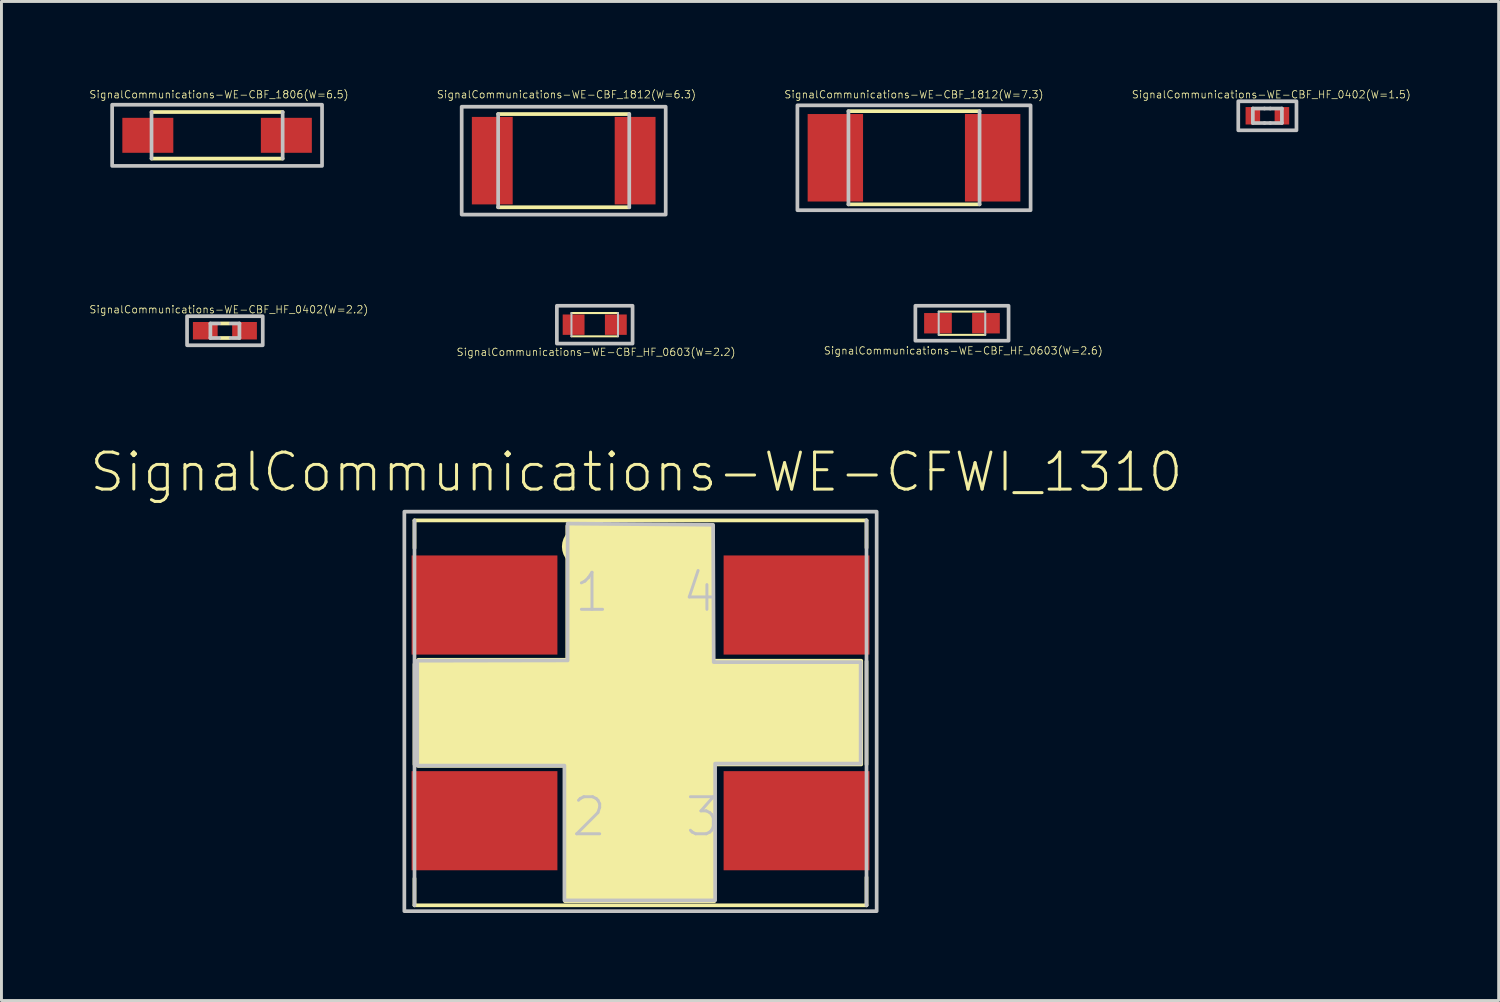
<source format=kicad_pcb>
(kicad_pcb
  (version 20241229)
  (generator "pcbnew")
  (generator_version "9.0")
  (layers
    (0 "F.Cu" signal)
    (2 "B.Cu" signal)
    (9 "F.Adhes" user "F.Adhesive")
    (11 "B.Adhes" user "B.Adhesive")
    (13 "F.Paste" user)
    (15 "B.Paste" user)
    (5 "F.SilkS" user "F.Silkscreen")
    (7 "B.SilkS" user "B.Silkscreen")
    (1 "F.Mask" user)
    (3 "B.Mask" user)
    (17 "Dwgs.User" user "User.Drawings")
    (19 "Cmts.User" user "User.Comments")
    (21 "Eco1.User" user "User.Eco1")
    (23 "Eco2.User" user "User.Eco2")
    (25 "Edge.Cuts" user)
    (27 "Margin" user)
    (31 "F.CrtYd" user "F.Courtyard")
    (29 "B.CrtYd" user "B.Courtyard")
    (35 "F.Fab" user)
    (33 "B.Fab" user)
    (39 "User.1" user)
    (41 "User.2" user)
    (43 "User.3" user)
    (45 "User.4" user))
  (footprint "SignalCommunications-WE-CBF_HF_0603(W=2.6)"
    (layer "F.Cu")
    (at 29.936 8.034)
    (property "Reference" "SignalCommunications-WE-CBF_HF_0603(W=2.6)" (at 0.046 0.942 0) (layer "F.SilkS") (effects (font (size 0.254 0.254) (thickness 0.025))))
    (attr smd)
    (fp_line (start -0.798 -0.399) (end 0.798 -0.399) (stroke (width 0.069) (type solid)) (layer "F.SilkS"))
    (fp_line (start 0.798 0.399) (end -0.798 0.399) (stroke (width 0.069) (type solid)) (layer "F.SilkS"))
    (fp_line (start -0.798 0.399) (end -0.798 -0.399) (stroke (width 0.069) (type solid)) (layer "Dwgs.User"))
    (fp_line (start 0.798 -0.399) (end 0.798 0.399) (stroke (width 0.069) (type solid)) (layer "Dwgs.User"))
    (fp_poly (pts (xy -1.598 -0.599) (xy 1.598 -0.599) (xy 1.598 0.599) (xy -1.598 0.599) (xy -1.598 -0.599)) (stroke (width 0.127) (type solid)) (fill no) (layer "Dwgs.User"))
    (pad "1" smd rect (at -0.823 0) (size 0.95 0.699) (layers "F.Cu" "F.Mask" "F.Paste"))
    (pad "2" smd rect (at 0.823 0) (size 0.95 0.699) (layers "F.Cu" "F.Mask" "F.Paste")))
  (footprint "SignalCommunications-WE-CBF_1806(W=6.5)"
    (layer "F.Cu")
    (at 4.394 1.59)
    (property "Reference" "SignalCommunications-WE-CBF_1806(W=6.5)" (at 0.064 -1.397 0) (layer "F.SilkS") (effects (font (size 0.254 0.254) (thickness 0.025))))
    (attr smd)
    (fp_line (start -2.248 -0.798) (end 2.248 -0.798) (stroke (width 0.127) (type solid)) (layer "F.SilkS"))
    (fp_line (start -2.248 0.798) (end 2.248 0.798) (stroke (width 0.127) (type solid)) (layer "F.SilkS"))
    (fp_line (start -2.248 -0.798) (end -2.248 0.798) (stroke (width 0.127) (type solid)) (layer "Dwgs.User"))
    (fp_line (start 2.248 -0.798) (end 2.248 0.798) (stroke (width 0.127) (type solid)) (layer "Dwgs.User"))
    (fp_poly (pts (xy -3.599 -1.049) (xy 3.599 -1.049) (xy 3.599 1.049) (xy -3.599 1.049) (xy -3.599 -1.049)) (stroke (width 0.127) (type solid)) (fill no) (layer "Dwgs.User"))
    (pad "1" smd rect (at -2.375 0) (size 1.748 1.199) (layers "F.Cu" "F.Mask" "F.Paste"))
    (pad "2" smd rect (at 2.375 0) (size 1.748 1.199) (layers "F.Cu" "F.Mask" "F.Paste")))
  (footprint "SignalCommunications-WE-CBF_1812(W=6.3)"
    (layer "F.Cu")
    (at 16.279 2.459)
    (property "Reference" "SignalCommunications-WE-CBF_1812(W=6.3)" (at 0.094 -2.266 0) (layer "F.SilkS") (effects (font (size 0.254 0.254) (thickness 0.025))))
    (attr smd)
    (fp_line (start -2.248 -1.598) (end 2.248 -1.598) (stroke (width 0.127) (type solid)) (layer "F.SilkS"))
    (fp_line (start -2.248 1.598) (end 2.248 1.598) (stroke (width 0.127) (type solid)) (layer "F.SilkS"))
    (fp_line (start -2.248 -1.598) (end -2.248 1.598) (stroke (width 0.127) (type solid)) (layer "Dwgs.User"))
    (fp_line (start 2.248 -1.598) (end 2.248 1.598) (stroke (width 0.127) (type solid)) (layer "Dwgs.User"))
    (fp_poly (pts (xy -3.498 -1.849) (xy 3.498 -1.849) (xy 3.498 1.849) (xy -3.498 1.849) (xy -3.498 -1.849)) (stroke (width 0.127) (type solid)) (fill no) (layer "Dwgs.User"))
    (pad "1" smd rect (at -2.449 0) (size 1.4 3) (layers "F.Cu" "F.Mask" "F.Paste"))
    (pad "2" smd rect (at 2.449 0) (size 1.4 3) (layers "F.Cu" "F.Mask" "F.Paste")))
  (footprint "SignalCommunications-WE-CBF_HF_0402(W=2.2)"
    (layer "F.Cu")
    (at 4.662 8.291)
    (property "Reference" "SignalCommunications-WE-CBF_HF_0402(W=2.2)" (at 0.135 -0.726 0) (layer "F.SilkS") (effects (font (size 0.254 0.254) (thickness 0.025))))
    (attr smd)
    (fp_line (start -0.15 -0.249) (end 0.15 -0.249) (stroke (width 0.127) (type solid)) (layer "F.SilkS"))
    (fp_line (start -0.15 0.249) (end 0.15 0.249) (stroke (width 0.127) (type solid)) (layer "F.SilkS"))
    (fp_line (start -0.498 -0.249) (end -0.198 -0.249) (stroke (width 0.127) (type solid)) (layer "Dwgs.User"))
    (fp_line (start -0.498 0.249) (end -0.498 -0.249) (stroke (width 0.127) (type solid)) (layer "Dwgs.User"))
    (fp_line (start -0.498 0.249) (end -0.198 0.249) (stroke (width 0.127) (type solid)) (layer "Dwgs.User"))
    (fp_line (start 0.198 -0.249) (end 0.498 -0.249) (stroke (width 0.127) (type solid)) (layer "Dwgs.User"))
    (fp_line (start 0.198 0.249) (end 0.498 0.249) (stroke (width 0.127) (type solid)) (layer "Dwgs.User"))
    (fp_line (start 0.498 -0.249) (end 0.498 0.249) (stroke (width 0.127) (type solid)) (layer "Dwgs.User"))
    (fp_poly (pts (xy -1.298 -0.498) (xy 1.298 -0.498) (xy 1.298 0.498) (xy -1.298 0.498) (xy -1.298 -0.498)) (stroke (width 0.127) (type solid)) (fill no) (layer "Dwgs.User"))
    (pad "1" smd rect (at -0.673 0) (size 0.848 0.599) (layers "F.Cu" "F.Mask" "F.Paste"))
    (pad "2" smd rect (at 0.673 0) (size 0.848 0.599) (layers "F.Cu" "F.Mask" "F.Paste")))
  (footprint "SignalCommunications-WE-CBF_1812(W=7.3)"
    (layer "F.Cu")
    (at 28.291 2.36)
    (property "Reference" "SignalCommunications-WE-CBF_1812(W=7.3)" (at -0.003 -2.167 0) (layer "F.SilkS") (effects (font (size 0.254 0.254) (thickness 0.025))))
    (attr smd)
    (fp_line (start -2.248 -1.598) (end 2.248 -1.598) (stroke (width 0.127) (type solid)) (layer "F.SilkS"))
    (fp_line (start -2.248 1.598) (end 2.248 1.598) (stroke (width 0.127) (type solid)) (layer "F.SilkS"))
    (fp_line (start -2.248 -1.598) (end -2.248 1.598) (stroke (width 0.127) (type solid)) (layer "Dwgs.User"))
    (fp_line (start 2.248 -1.598) (end 2.248 1.598) (stroke (width 0.127) (type solid)) (layer "Dwgs.User"))
    (fp_poly (pts (xy -3.998 -1.798) (xy 3.998 -1.798) (xy 3.998 1.798) (xy -3.998 1.798) (xy -3.998 -1.798)) (stroke (width 0.127) (type solid)) (fill no) (layer "Dwgs.User"))
    (pad "1" smd rect (at -2.697 0) (size 1.9 3) (layers "F.Cu" "F.Mask" "F.Paste"))
    (pad "2" smd rect (at 2.697 0) (size 1.9 3) (layers "F.Cu" "F.Mask" "F.Paste")))
  (footprint "SignalCommunications-WE-CBF_HF_0402(W=1.5)"
    (layer "F.Cu")
    (at 40.408 0.92)
    (property "Reference" "SignalCommunications-WE-CBF_HF_0402(W=1.5)" (at 0.135 -0.726 0) (layer "F.SilkS") (effects (font (size 0.254 0.254) (thickness 0.025))))
    (attr smd)
    (fp_line (start -0.498 -0.249) (end -0.099 -0.249) (stroke (width 0.127) (type solid)) (layer "Dwgs.User"))
    (fp_line (start -0.498 0.249) (end -0.498 -0.249) (stroke (width 0.127) (type solid)) (layer "Dwgs.User"))
    (fp_line (start -0.498 0.249) (end -0.099 0.249) (stroke (width 0.127) (type solid)) (layer "Dwgs.User"))
    (fp_line (start -0.099 -0.249) (end 0.099 -0.249) (stroke (width 0.127) (type solid)) (layer "Dwgs.User"))
    (fp_line (start -0.099 0.249) (end 0.099 0.249) (stroke (width 0.127) (type solid)) (layer "Dwgs.User"))
    (fp_line (start 0.099 -0.249) (end 0.498 -0.249) (stroke (width 0.127) (type solid)) (layer "Dwgs.User"))
    (fp_line (start 0.099 0.249) (end 0.498 0.249) (stroke (width 0.127) (type solid)) (layer "Dwgs.User"))
    (fp_line (start 0.498 -0.249) (end 0.498 0.249) (stroke (width 0.127) (type solid)) (layer "Dwgs.User"))
    (fp_poly (pts (xy -0.998 -0.498) (xy 0.998 -0.498) (xy 0.998 0.498) (xy -0.998 0.498) (xy -0.998 -0.498)) (stroke (width 0.127) (type solid)) (fill no) (layer "Dwgs.User"))
    (pad "1" smd rect (at -0.498 0) (size 0.498 0.599) (layers "F.Cu" "F.Mask" "F.Paste"))
    (pad "2" smd rect (at 0.498 0) (size 0.498 0.599) (layers "F.Cu" "F.Mask" "F.Paste")))
  (footprint "SignalCommunications-WE-CBF_HF_0603(W=2.2)"
    (layer "F.Cu")
    (at 17.343 8.083)
    (property "Reference" "SignalCommunications-WE-CBF_HF_0603(W=2.2)" (at 0.046 0.942 0) (layer "F.SilkS") (effects (font (size 0.254 0.254) (thickness 0.025))))
    (attr smd)
    (fp_line (start -0.798 -0.399) (end 0.798 -0.399) (stroke (width 0.069) (type solid)) (layer "F.SilkS"))
    (fp_line (start 0.798 0.399) (end -0.798 0.399) (stroke (width 0.069) (type solid)) (layer "F.SilkS"))
    (fp_line (start -0.798 0.399) (end -0.798 -0.399) (stroke (width 0.069) (type solid)) (layer "Dwgs.User"))
    (fp_line (start 0.798 -0.399) (end 0.798 0.399) (stroke (width 0.069) (type solid)) (layer "Dwgs.User"))
    (fp_poly (pts (xy -1.298 -0.648) (xy 1.298 -0.648) (xy 1.298 0.648) (xy -1.298 0.648) (xy -1.298 -0.648)) (stroke (width 0.127) (type solid)) (fill no) (layer "Dwgs.User"))
    (pad "1" smd rect (at -0.724 0) (size 0.749 0.699) (layers "F.Cu" "F.Mask" "F.Paste"))
    (pad "2" smd rect (at 0.724 0) (size 0.749 0.699) (layers "F.Cu" "F.Mask" "F.Paste")))
  (footprint "SignalCommunications-WE-CFWI_1310"
    (layer "F.Cu")
    (at 18.913 21.394)
    (property "Reference" "SignalCommunications-WE-CFWI_1310" (at -0.14 -8.255 0) (layer "F.SilkS") (effects (font (size 1.27 1.27) (thickness 0.102))))
    (attr smd)
    (fp_line (start -7.75 -5.649) (end -7.75 -6.599) (stroke (width 0.127) (type solid)) (layer "F.SilkS"))
    (fp_line (start -7.75 -1.669) (end -7.75 1.768) (stroke (width 0.127) (type solid)) (layer "F.SilkS"))
    (fp_line (start -7.75 5.679) (end -7.75 6.599) (stroke (width 0.127) (type solid)) (layer "F.SilkS"))
    (fp_line (start -7.75 6.599) (end 7.75 6.599) (stroke (width 0.127) (type solid)) (layer "F.SilkS"))
    (fp_line (start 7.75 -6.599) (end -7.75 -6.599) (stroke (width 0.127) (type solid)) (layer "F.SilkS"))
    (fp_line (start 7.75 -5.659) (end 7.75 -6.599) (stroke (width 0.127) (type solid)) (layer "F.SilkS"))
    (fp_line (start 7.75 -1.768) (end 7.75 1.768) (stroke (width 0.127) (type solid)) (layer "F.SilkS"))
    (fp_line (start 7.75 5.639) (end 7.75 6.599) (stroke (width 0.127) (type solid)) (layer "F.SilkS"))
    (fp_circle (center -1.999 -5.7) (end -1.999 -5.898) (stroke (width 0.498) (type solid)) (fill no) (layer "F.SilkS"))
    (fp_poly (pts (xy -2.51 -6.408) (xy 2.479 -6.408) (xy 2.479 -1.788) (xy 7.569 -1.788) (xy 7.569 1.768) (xy 2.53 1.768) (xy 2.53 6.459) (xy -2.588 6.459) (xy -2.588 1.819) (xy -7.62 1.819) (xy -7.62 -1.819) (xy -2.51 -1.819) (xy -2.51 -6.469) (xy -2.51 -6.408)) (stroke (width 0.127) (type solid)) (fill yes) (layer "F.SilkS"))
    (fp_line (start -7.75 -6.599) (end -7.75 6.599) (stroke (width 0.127) (type solid)) (layer "Dwgs.User"))
    (fp_line (start 7.75 6.599) (end 7.75 -6.599) (stroke (width 0.127) (type solid)) (layer "Dwgs.User"))
    (fp_poly (pts (xy -8.098 -6.899) (xy 8.098 -6.899) (xy 8.098 6.8) (xy -8.098 6.8) (xy -8.098 -6.899)) (stroke (width 0.127) (type solid)) (fill no) (layer "Dwgs.User"))
    (fp_poly (pts (xy -2.499 -6.49) (xy 2.489 -6.449) (xy 2.51 -1.74) (xy 7.549 -1.74) (xy 7.549 1.74) (xy 2.558 1.74) (xy 2.558 6.429) (xy -2.609 6.429) (xy -2.609 1.808) (xy -7.658 1.808) (xy -7.658 -1.788) (xy -2.499 -1.798) (xy -2.499 -6.49)) (stroke (width 0.127) (type solid)) (fill no) (layer "Dwgs.User"))
    (fp_text user "4" (at 2.035 -4.133 0) (layer "Dwgs.User") (effects (font (size 1.27 1.27) (thickness 0.102))))
    (fp_text user "2" (at -1.763 3.564 0) (layer "Dwgs.User") (effects (font (size 1.27 1.27) (thickness 0.102))))
    (fp_text user "3" (at 2.134 3.564 0) (layer "Dwgs.User") (effects (font (size 1.27 1.27) (thickness 0.102))))
    (fp_text user "1" (at -1.664 -4.133 0) (layer "Dwgs.User") (effects (font (size 1.27 1.27) (thickness 0.102))))
    (pad "1" smd rect (at -5.349 -3.698) (size 4.999 3.399) (layers "F.Cu" "F.Mask" "F.Paste"))
    (pad "2" smd rect (at -5.349 3.698) (size 4.999 3.399) (layers "F.Cu" "F.Mask" "F.Paste"))
    (pad "3" smd rect (at 5.349 3.698) (size 4.999 3.399) (layers "F.Cu" "F.Mask" "F.Paste"))
    (pad "4" smd rect (at 5.349 -3.698) (size 4.999 3.399) (layers "F.Cu" "F.Mask" "F.Paste")))
  (gr_rect
    (start -3 -3)
    (end 48.339 31.258)
    (stroke (width 0.1) (type default))
    (fill no)
    (layer "Edge.Cuts")))
</source>
